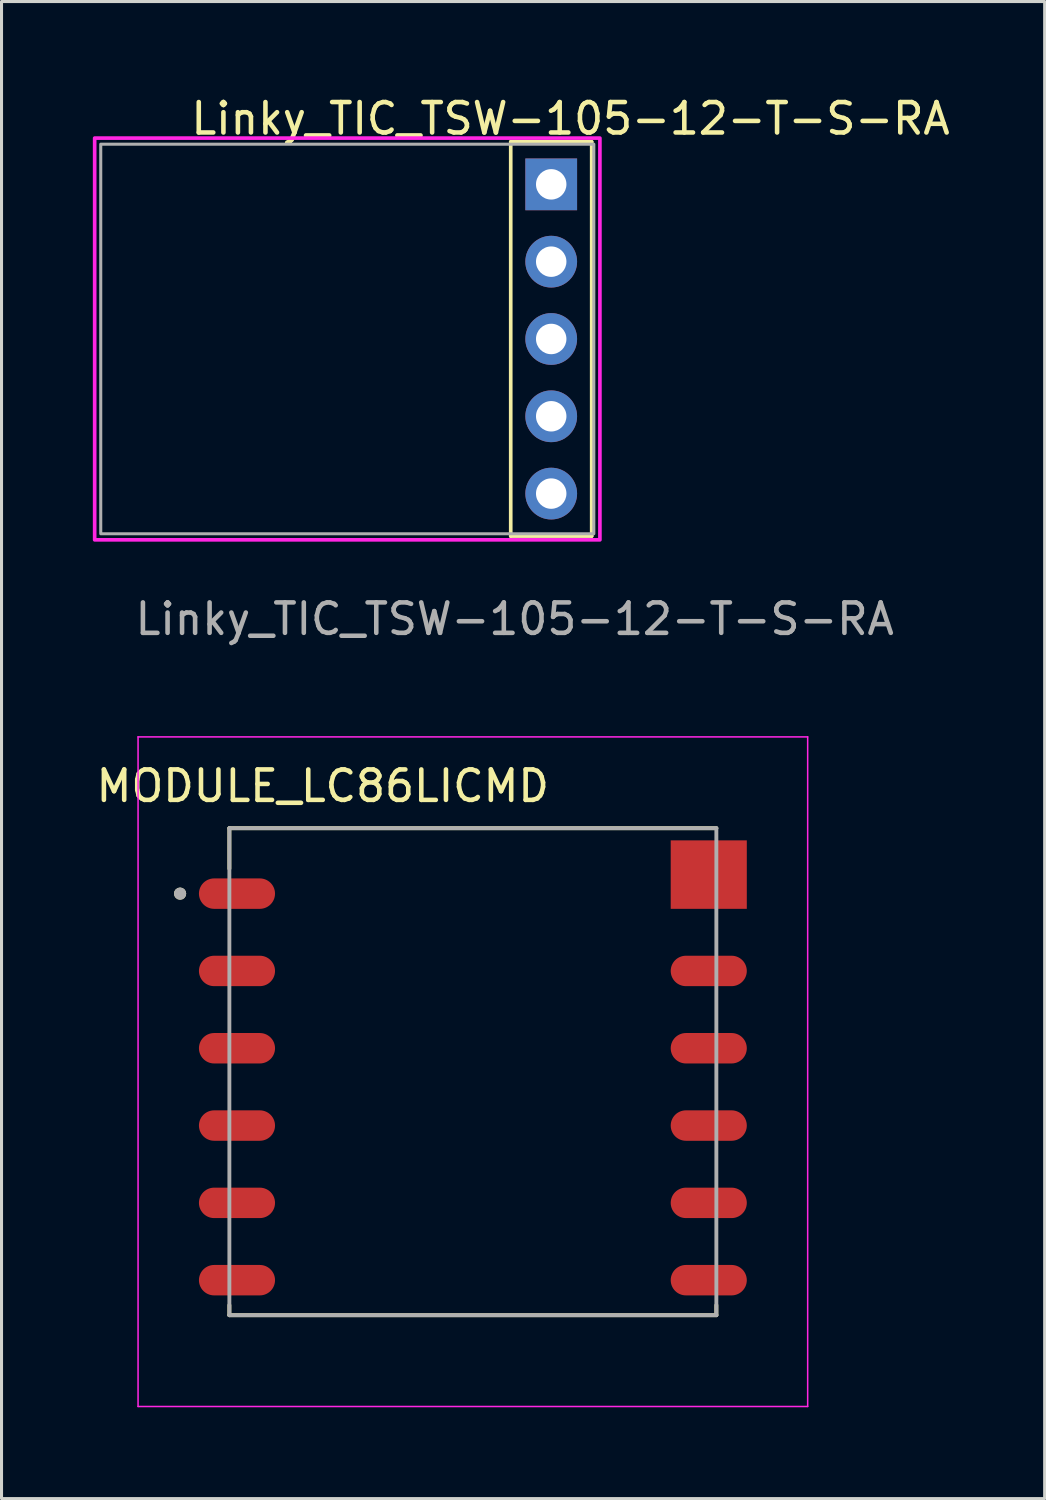
<source format=kicad_pcb>
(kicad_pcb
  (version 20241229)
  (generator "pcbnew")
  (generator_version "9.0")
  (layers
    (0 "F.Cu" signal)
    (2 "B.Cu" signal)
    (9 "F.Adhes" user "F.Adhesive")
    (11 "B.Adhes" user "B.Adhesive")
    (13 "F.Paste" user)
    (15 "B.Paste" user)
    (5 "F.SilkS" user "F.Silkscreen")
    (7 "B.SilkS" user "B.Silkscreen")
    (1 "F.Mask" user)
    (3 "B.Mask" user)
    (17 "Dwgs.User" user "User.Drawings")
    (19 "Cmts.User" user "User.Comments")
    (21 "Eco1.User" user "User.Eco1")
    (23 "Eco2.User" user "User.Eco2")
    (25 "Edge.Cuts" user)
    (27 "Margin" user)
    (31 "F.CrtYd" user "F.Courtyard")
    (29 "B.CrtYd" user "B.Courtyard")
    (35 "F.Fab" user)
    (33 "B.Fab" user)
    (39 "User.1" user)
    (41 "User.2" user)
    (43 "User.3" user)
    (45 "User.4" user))
  (footprint "MODULE_LC86LICMD"
    (layer "F.Cu")
    (at 12.486 32.16)
    (property "Reference" "MODULE_LC86LICMD" (at -4.932 -9.385 0) (layer "F.SilkS") (effects (font (size 1 1) (thickness 0.15))))
    (attr smd)
    (fp_line (start -8 -8) (end -8 -6.67) (stroke (width 0.127) (type solid)) (layer "F.SilkS"))
    (fp_line (start -8 8) (end -8 7.67) (stroke (width 0.127) (type solid)) (layer "F.SilkS"))
    (fp_line (start -8 8) (end 8 8) (stroke (width 0.127) (type solid)) (layer "F.SilkS"))
    (fp_line (start 8 -8) (end -8 -8) (stroke (width 0.127) (type solid)) (layer "F.SilkS"))
    (fp_line (start 8 8) (end 8 7.67) (stroke (width 0.127) (type solid)) (layer "F.SilkS"))
    (fp_circle (center -9.619 -5.85) (end -9.519 -5.85) (stroke (width 0.2) (type solid)) (fill no) (layer "F.SilkS"))
    (fp_line (start -11 -11) (end -11 11) (stroke (width 0.05) (type solid)) (layer "F.CrtYd"))
    (fp_line (start -11 11) (end 11 11) (stroke (width 0.05) (type solid)) (layer "F.CrtYd"))
    (fp_line (start 11 -11) (end -11 -11) (stroke (width 0.05) (type solid)) (layer "F.CrtYd"))
    (fp_line (start 11 11) (end 11 -11) (stroke (width 0.05) (type solid)) (layer "F.CrtYd"))
    (fp_line (start -8 -8) (end -8 8) (stroke (width 0.127) (type solid)) (layer "F.Fab"))
    (fp_line (start -8 8) (end 8 8) (stroke (width 0.127) (type solid)) (layer "F.Fab"))
    (fp_line (start 8 -8) (end -8 -8) (stroke (width 0.127) (type solid)) (layer "F.Fab"))
    (fp_line (start 8 8) (end 8 -8) (stroke (width 0.127) (type solid)) (layer "F.Fab"))
    (fp_circle (center -9.619 -5.85) (end -9.519 -5.85) (stroke (width 0.2) (type solid)) (fill no) (layer "F.Fab"))
    (pad "1" smd oval (at -7.75 -5.85) (size 2.5 1) (layers "F.Cu" "F.Mask" "F.Paste"))
    (pad "2" smd oval (at -7.75 -3.31) (size 2.5 1) (layers "F.Cu" "F.Mask" "F.Paste"))
    (pad "3" smd oval (at -7.75 -0.77) (size 2.5 1) (layers "F.Cu" "F.Mask" "F.Paste"))
    (pad "4" smd oval (at -7.75 1.77) (size 2.5 1) (layers "F.Cu" "F.Mask" "F.Paste"))
    (pad "5" smd oval (at -7.75 4.31) (size 2.5 1) (layers "F.Cu" "F.Mask" "F.Paste"))
    (pad "6" smd oval (at -7.75 6.85) (size 2.5 1) (layers "F.Cu" "F.Mask" "F.Paste"))
    (pad "7" smd oval (at 7.75 6.85) (size 2.5 1) (layers "F.Cu" "F.Mask" "F.Paste"))
    (pad "8" smd oval (at 7.75 4.31) (size 2.5 1) (layers "F.Cu" "F.Mask" "F.Paste"))
    (pad "9" smd oval (at 7.75 1.77) (size 2.5 1) (layers "F.Cu" "F.Mask" "F.Paste"))
    (pad "10" smd oval (at 7.75 -0.77) (size 2.5 1) (layers "F.Cu" "F.Mask" "F.Paste"))
    (pad "11" smd oval (at 7.75 -3.31) (size 2.5 1) (layers "F.Cu" "F.Mask" "F.Paste"))
    (pad "12" smd rect (at 7.75 -6.475) (size 2.5 2.25) (layers "F.Cu" "F.Mask" "F.Paste"))
    (zone (net_name "") (layer "F.Cu") (hatch full 0.508) (connect_pads) (min_thickness 1.2) (filled_areas_thickness no) (keepout (tracks not_allowed) (vias not_allowed) (pads not_allowed) (copperpour not_allowed) (footprints allowed)) (placement (enabled no)) (fill) (polygon (pts (xy 13.096 31.701) (xy 13.09 31.818) (xy 13.073 31.935) (xy 13.044 32.049) (xy 13.004 32.16) (xy 12.954 32.266) (xy 12.893 32.367) (xy 12.823 32.462) (xy 12.744 32.549) (xy 12.657 32.628) (xy 12.562 32.698) (xy 12.461 32.759) (xy 12.355 32.809) (xy 12.244 32.849) (xy 12.13 32.877) (xy 12.013 32.895) (xy 11.896 32.901) (xy 11.778 32.895) (xy 11.661 32.877) (xy 11.547 32.849) (xy 11.436 32.809) (xy 11.33 32.759) (xy 11.229 32.698) (xy 11.134 32.628) (xy 11.047 32.549) (xy 10.968 32.462) (xy 10.898 32.367) (xy 10.837 32.266) (xy 10.787 32.16) (xy 10.747 32.049) (xy 10.719 31.935) (xy 10.701 31.818) (xy 10.696 31.701) (xy 10.701 31.583) (xy 10.719 31.466) (xy 10.747 31.352) (xy 10.787 31.241) (xy 10.837 31.135) (xy 10.898 31.034) (xy 10.968 30.939) (xy 11.047 30.852) (xy 11.134 30.773) (xy 11.229 30.703) (xy 11.33 30.642) (xy 11.436 30.592) (xy 11.547 30.552) (xy 11.661 30.524) (xy 11.778 30.506) (xy 11.896 30.5) (xy 12.013 30.506) (xy 12.13 30.524) (xy 12.244 30.552) (xy 12.355 30.592) (xy 12.461 30.642) (xy 12.562 30.703) (xy 12.657 30.773) (xy 12.744 30.852) (xy 12.823 30.939) (xy 12.893 31.034) (xy 12.954 31.135) (xy 13.004 31.241) (xy 13.044 31.352) (xy 13.073 31.466) (xy 13.09 31.583))))
    (zone (net_name "") (layers "F.Cu" "B.Cu") (hatch full 0.508) (connect_pads) (min_thickness 1.2) (filled_areas_thickness no) (keepout (tracks allowed) (vias not_allowed) (pads allowed) (copperpour allowed) (footprints allowed)) (placement (enabled no)) (fill) (polygon (pts (xy 13.096 31.701) (xy 13.09 31.818) (xy 13.073 31.935) (xy 13.044 32.049) (xy 13.004 32.16) (xy 12.954 32.266) (xy 12.893 32.367) (xy 12.823 32.462) (xy 12.744 32.549) (xy 12.657 32.628) (xy 12.562 32.698) (xy 12.461 32.759) (xy 12.355 32.809) (xy 12.244 32.849) (xy 12.13 32.877) (xy 12.013 32.895) (xy 11.896 32.901) (xy 11.778 32.895) (xy 11.661 32.877) (xy 11.547 32.849) (xy 11.436 32.809) (xy 11.33 32.759) (xy 11.229 32.698) (xy 11.134 32.628) (xy 11.047 32.549) (xy 10.968 32.462) (xy 10.898 32.367) (xy 10.837 32.266) (xy 10.787 32.16) (xy 10.747 32.049) (xy 10.719 31.935) (xy 10.701 31.818) (xy 10.696 31.701) (xy 10.701 31.583) (xy 10.719 31.466) (xy 10.747 31.352) (xy 10.787 31.241) (xy 10.837 31.135) (xy 10.898 31.034) (xy 10.968 30.939) (xy 11.047 30.852) (xy 11.134 30.773) (xy 11.229 30.703) (xy 11.33 30.642) (xy 11.436 30.592) (xy 11.547 30.552) (xy 11.661 30.524) (xy 11.778 30.506) (xy 11.896 30.5) (xy 12.013 30.506) (xy 12.13 30.524) (xy 12.244 30.552) (xy 12.355 30.592) (xy 12.461 30.642) (xy 12.562 30.703) (xy 12.657 30.773) (xy 12.744 30.852) (xy 12.823 30.939) (xy 12.893 31.034) (xy 12.954 31.135) (xy 13.004 31.241) (xy 13.044 31.352) (xy 13.073 31.466) (xy 13.09 31.583))))
    (zone (net_name "") (layer "B.Cu") (hatch full 0.508) (connect_pads) (min_thickness 1.2) (filled_areas_thickness no) (keepout (tracks not_allowed) (vias not_allowed) (pads not_allowed) (copperpour not_allowed) (footprints allowed)) (placement (enabled no)) (fill) (polygon (pts (xy 13.096 31.701) (xy 13.09 31.818) (xy 13.073 31.935) (xy 13.044 32.049) (xy 13.004 32.16) (xy 12.954 32.266) (xy 12.893 32.367) (xy 12.823 32.462) (xy 12.744 32.549) (xy 12.657 32.628) (xy 12.562 32.698) (xy 12.461 32.759) (xy 12.355 32.809) (xy 12.244 32.849) (xy 12.13 32.877) (xy 12.013 32.895) (xy 11.896 32.901) (xy 11.778 32.895) (xy 11.661 32.877) (xy 11.547 32.849) (xy 11.436 32.809) (xy 11.33 32.759) (xy 11.229 32.698) (xy 11.134 32.628) (xy 11.047 32.549) (xy 10.968 32.462) (xy 10.898 32.367) (xy 10.837 32.266) (xy 10.787 32.16) (xy 10.747 32.049) (xy 10.719 31.935) (xy 10.701 31.818) (xy 10.696 31.701) (xy 10.701 31.583) (xy 10.719 31.466) (xy 10.747 31.352) (xy 10.787 31.241) (xy 10.837 31.135) (xy 10.898 31.034) (xy 10.968 30.939) (xy 11.047 30.852) (xy 11.134 30.773) (xy 11.229 30.703) (xy 11.33 30.642) (xy 11.436 30.592) (xy 11.547 30.552) (xy 11.661 30.524) (xy 11.778 30.506) (xy 11.896 30.5) (xy 12.013 30.506) (xy 12.13 30.524) (xy 12.244 30.552) (xy 12.355 30.592) (xy 12.461 30.642) (xy 12.562 30.703) (xy 12.657 30.773) (xy 12.744 30.852) (xy 12.823 30.939) (xy 12.893 31.034) (xy 12.954 31.135) (xy 13.004 31.241) (xy 13.044 31.352) (xy 13.073 31.466) (xy 13.09 31.583)))))
  (footprint "Linky_TIC_TSW-105-12-T-S-RA"
    (layer "F.Cu")
    (at 15.06 8.087)
    (property "Reference" "Linky_TIC_TSW-105-12-T-S-RA" (at 0.635 -7.239 0) (layer "F.SilkS") (effects (font (size 1 1) (thickness 0.15))))
    (attr through_hole)
    (fp_line (start -1.33 -6.477) (end -1.33 6.477) (stroke (width 0.12) (type solid)) (layer "F.SilkS"))
    (fp_line (start -1.33 -6.477) (end 1.33 -6.477) (stroke (width 0.12) (type solid)) (layer "F.SilkS"))
    (fp_line (start -1.33 6.477) (end 1.33 6.477) (stroke (width 0.12) (type solid)) (layer "F.SilkS"))
    (fp_line (start 1.33 -6.477) (end 1.33 6.477) (stroke (width 0.12) (type solid)) (layer "F.SilkS"))
    (fp_rect (start -15 -6.6) (end 1.6 6.6) (stroke (width 0.12) (type solid)) (fill no) (layer "F.CrtYd"))
    (fp_rect (start 1.4 -6.4) (end -14.8 6.4) (stroke (width 0.1) (type solid)) (fill no) (layer "F.Fab"))
    (fp_text user "${REFERENCE}" (at -1.2 9.2 180) (layer "F.Fab") (effects (font (size 1 1) (thickness 0.15))))
    (pad "" thru_hole oval (at 0 -2.54) (size 1.7 1.7) (drill 1) (layers "*.Cu" "*.Mask"))
    (pad "" thru_hole oval (at 0 2.54) (size 1.7 1.7) (drill 1) (layers "*.Cu" "*.Mask"))
    (pad "1" thru_hole rect (at 0 -5.08) (size 1.7 1.7) (drill 1) (layers "*.Cu" "*.Mask"))
    (pad "2" thru_hole oval (at 0 0) (size 1.7 1.7) (drill 1) (layers "*.Cu" "*.Mask"))
    (pad "3" thru_hole oval (at 0 5.08) (size 1.7 1.7) (drill 1) (layers "*.Cu" "*.Mask")))
  (gr_rect
    (start -3 -3)
    (end 31.272 46.185)
    (stroke (width 0.1) (type default))
    (fill no)
    (layer "Edge.Cuts")))
</source>
